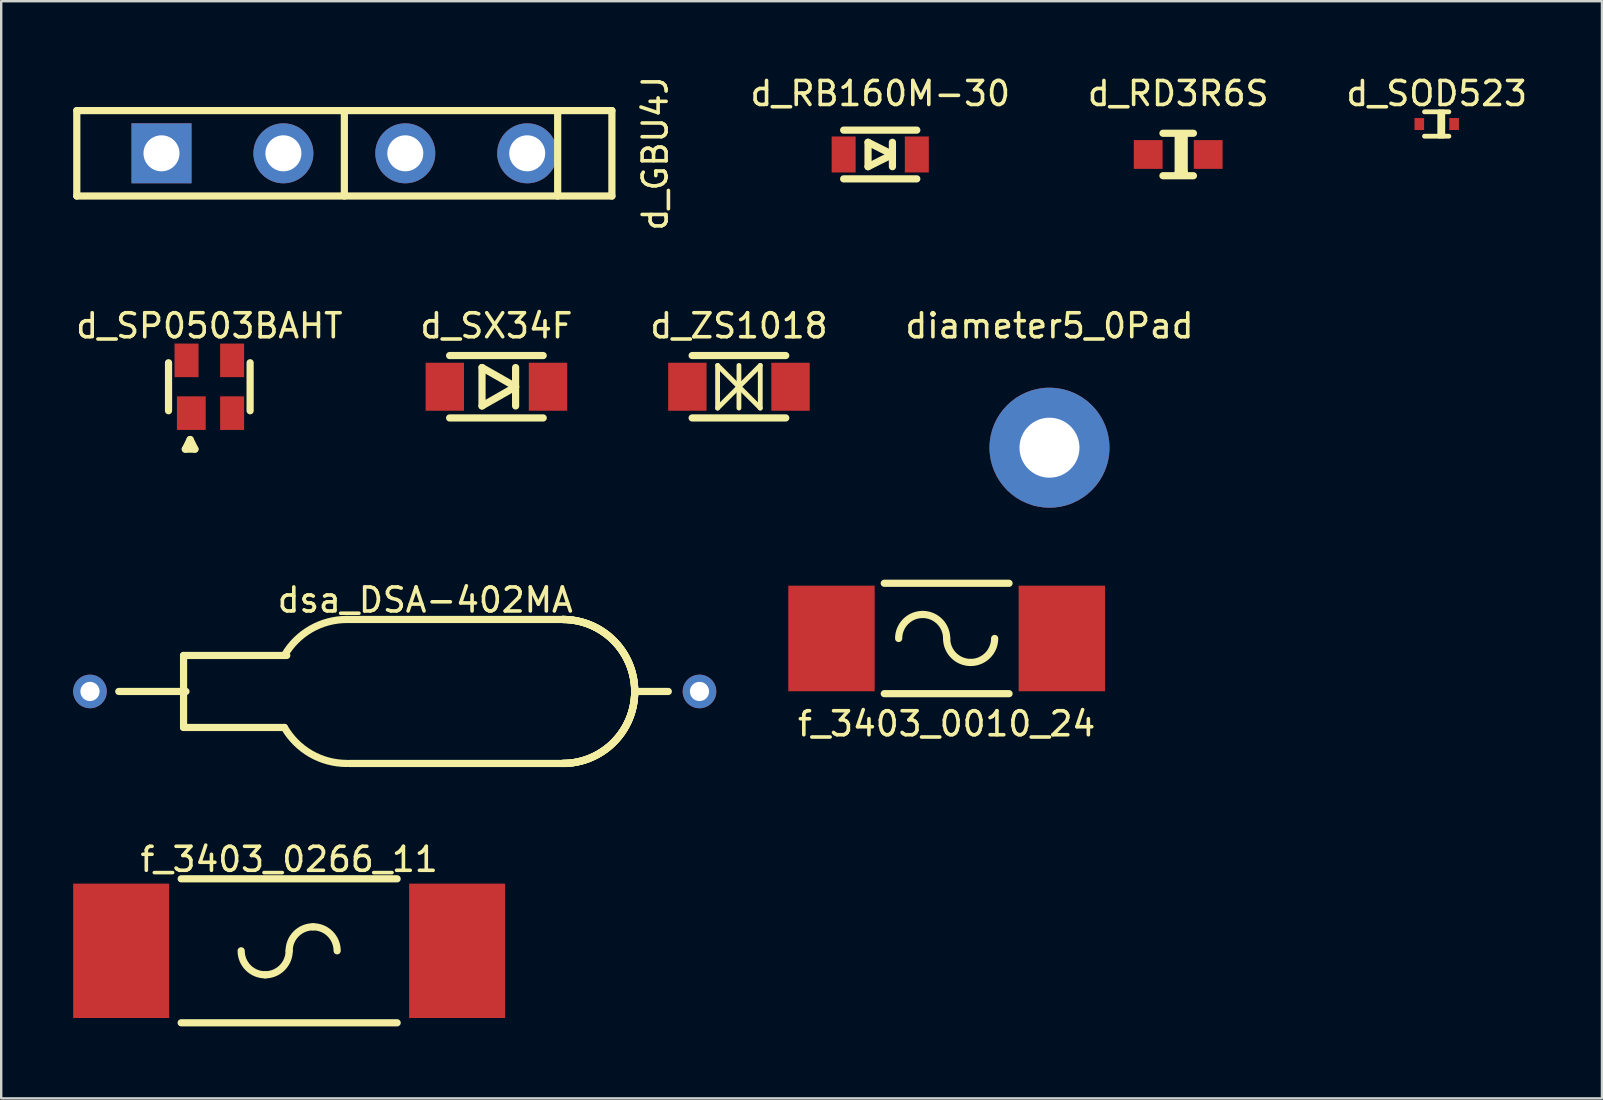
<source format=kicad_pcb>
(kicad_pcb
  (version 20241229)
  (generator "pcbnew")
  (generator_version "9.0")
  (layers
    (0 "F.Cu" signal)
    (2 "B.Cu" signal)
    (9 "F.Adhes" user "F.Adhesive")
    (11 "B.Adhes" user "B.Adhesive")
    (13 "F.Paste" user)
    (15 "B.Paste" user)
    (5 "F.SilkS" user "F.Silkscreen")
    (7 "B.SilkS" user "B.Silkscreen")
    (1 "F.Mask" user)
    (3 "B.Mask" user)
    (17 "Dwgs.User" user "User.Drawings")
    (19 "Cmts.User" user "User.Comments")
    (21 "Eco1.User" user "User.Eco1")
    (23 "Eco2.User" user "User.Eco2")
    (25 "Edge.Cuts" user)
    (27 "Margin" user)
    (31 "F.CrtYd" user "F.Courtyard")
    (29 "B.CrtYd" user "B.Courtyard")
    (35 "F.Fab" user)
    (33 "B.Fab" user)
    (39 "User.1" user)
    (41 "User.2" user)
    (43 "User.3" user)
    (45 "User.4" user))
  (footprint "diameter5_0Pad"
    (layer "F.Cu")
    (at 40.685 15.607)
    (property "Reference" "diameter5_0Pad" (at 0 -5.08 0) (layer "F.SilkS") (effects (font (size 1 1) (thickness 0.15))))
    (attr through_hole)
    (pad "1" thru_hole circle (at 0 0) (size 5 5) (drill 2.5) (layers "*.Cu" "*.Mask")))
  (footprint "d_GBU4J"
    (layer "F.Cu")
    (at 11.3 3.339)
    (property "Reference" "d_GBU4J" (at 12.954 0 90) (layer "F.SilkS") (effects (font (size 1 1) (thickness 0.15))))
    (attr through_hole)
    (fp_line (start -11.15 -1.78) (end -11.15 1.78) (stroke (width 0.3) (type solid)) (layer "F.SilkS"))
    (fp_line (start -11.15 1.78) (end 11.15 1.78) (stroke (width 0.3) (type solid)) (layer "F.SilkS"))
    (fp_line (start 0 -1.78) (end 0 1.78) (stroke (width 0.3) (type solid)) (layer "F.SilkS"))
    (fp_line (start 8.89 -1.78) (end 8.89 1.78) (stroke (width 0.3) (type solid)) (layer "F.SilkS"))
    (fp_line (start 11.15 -1.78) (end -11.15 -1.78) (stroke (width 0.3) (type solid)) (layer "F.SilkS"))
    (fp_line (start 11.15 1.78) (end 11.15 -1.78) (stroke (width 0.3) (type solid)) (layer "F.SilkS"))
    (pad "1" thru_hole rect (at -7.62 0) (size 2.5 2.5) (drill 1.5) (layers "*.Cu" "*.Mask"))
    (pad "2" thru_hole circle (at -2.54 0) (size 2.5 2.5) (drill 1.5) (layers "*.Cu" "*.Mask"))
    (pad "3" thru_hole circle (at 2.54 0) (size 2.5 2.5) (drill 1.5) (layers "*.Cu" "*.Mask"))
    (pad "4" thru_hole circle (at 7.62 0) (size 2.5 2.5) (drill 1.5) (layers "*.Cu" "*.Mask")))
  (footprint "d_SP0503BAHT"
    (layer "F.Cu")
    (at 5.673 13.067)
    (property "Reference" "d_SP0503BAHT" (at 0 -2.54 0) (layer "F.SilkS") (effects (font (size 1 1) (thickness 0.15))))
    (attr through_hole)
    (fp_line (start -1.7 -1) (end -1.7 1) (stroke (width 0.3) (type solid)) (layer "F.SilkS"))
    (fp_line (start -1 2.6) (end -0.6 2.6) (stroke (width 0.3) (type solid)) (layer "F.SilkS"))
    (fp_line (start -0.8 2.2) (end -1 2.6) (stroke (width 0.3) (type solid)) (layer "F.SilkS"))
    (fp_line (start -0.6 2.6) (end -0.8 2.2) (stroke (width 0.3) (type solid)) (layer "F.SilkS"))
    (fp_line (start 1.7 1) (end 1.7 -1) (stroke (width 0.3) (type solid)) (layer "F.SilkS"))
    (pad "1" smd rect (at -0.75 1.1) (size 1.2 1.4) (layers "F.Cu" "F.Mask" "F.Paste"))
    (pad "2" smd rect (at 0.95 1.1) (size 1 1.4) (layers "F.Cu" "F.Mask" "F.Paste"))
    (pad "3" smd rect (at 0.95 -1.1) (size 1 1.4) (layers "F.Cu" "F.Mask" "F.Paste"))
    (pad "4" smd rect (at -0.95 -1.1) (size 1 1.4) (layers "F.Cu" "F.Mask" "F.Paste")))
  (footprint "d_SX34F"
    (layer "F.Cu")
    (at 17.637 13.067)
    (property "Reference" "d_SX34F" (at 0 -2.54 0) (layer "F.SilkS") (effects (font (size 1 1) (thickness 0.15))))
    (attr smd)
    (fp_line (start -1.95 -1.3) (end 1.95 -1.3) (stroke (width 0.3) (type solid)) (layer "F.SilkS"))
    (fp_line (start -1.95 1.3) (end 1.95 1.3) (stroke (width 0.3) (type solid)) (layer "F.SilkS"))
    (fp_line (start -0.6 -0.8) (end -0.6 0.8) (stroke (width 0.3) (type solid)) (layer "F.SilkS"))
    (fp_line (start -0.6 0.8) (end 0.8 0) (stroke (width 0.3) (type solid)) (layer "F.SilkS"))
    (fp_line (start 0.8 0) (end -0.6 -0.8) (stroke (width 0.3) (type solid)) (layer "F.SilkS"))
    (fp_line (start 0.8 0.8) (end 0.8 -0.8) (stroke (width 0.3) (type solid)) (layer "F.SilkS"))
    (pad "1" smd rect (at -2.15 0) (size 1.6 2) (layers "F.Cu" "F.Mask" "F.Paste"))
    (pad "2" smd rect (at 2.15 0) (size 1.6 2) (layers "F.Cu" "F.Mask" "F.Paste")))
  (footprint "d_RB160M-30"
    (layer "F.Cu")
    (at 33.632 3.388)
    (property "Reference" "d_RB160M-30" (at 0 -2.54 0) (layer "F.SilkS") (effects (font (size 1 1) (thickness 0.15))))
    (attr through_hole)
    (fp_line (start -1.524 -1.016) (end 1.524 -1.016) (stroke (width 0.3) (type solid)) (layer "F.SilkS"))
    (fp_line (start -1.524 1.016) (end 1.524 1.016) (stroke (width 0.3) (type solid)) (layer "F.SilkS"))
    (fp_line (start -0.508 -0.508) (end -0.508 0.508) (stroke (width 0.3) (type solid)) (layer "F.SilkS"))
    (fp_line (start -0.508 0.508) (end 0.508 0) (stroke (width 0.3) (type solid)) (layer "F.SilkS"))
    (fp_line (start 0.508 0) (end -0.508 -0.508) (stroke (width 0.3) (type solid)) (layer "F.SilkS"))
    (fp_line (start 0.508 0.508) (end 0.508 -0.508) (stroke (width 0.3) (type solid)) (layer "F.SilkS"))
    (pad "1" smd rect (at -1.525 0) (size 1 1.5) (layers "F.Cu" "F.Mask" "F.Paste"))
    (pad "2" smd rect (at 1.525 0) (size 1 1.5) (layers "F.Cu" "F.Mask" "F.Paste")))
  (footprint "f_3403_0010_24"
    (layer "F.Cu")
    (at 36.4 23.557)
    (property "Reference" "f_3403_0010_24" (at 0 3.556 0) (layer "F.SilkS") (effects (font (size 1 1) (thickness 0.15))))
    (attr smd)
    (fp_line (start -2.6 -2.3) (end 2.6 -2.3) (stroke (width 0.3) (type solid)) (layer "F.SilkS"))
    (fp_line (start -2.6 2.3) (end 2.6 2.3) (stroke (width 0.3) (type solid)) (layer "F.SilkS"))
    (fp_arc (start -2 0) (mid -1.707107 -0.707107) (end -1 -1) (stroke (width 0.3) (type solid)) (layer "F.SilkS"))
    (fp_arc (start -1 -1) (mid -0.292893 -0.707107) (end 0 0) (stroke (width 0.3) (type solid)) (layer "F.SilkS"))
    (fp_arc (start 1 1) (mid 0.292893 0.707107) (end 0 0) (stroke (width 0.3) (type solid)) (layer "F.SilkS"))
    (fp_arc (start 2 0) (mid 1.707107 0.707107) (end 1 1) (stroke (width 0.3) (type solid)) (layer "F.SilkS"))
    (pad "1" smd rect (at -4.8 0) (size 3.6 4.4) (layers "F.Cu" "F.Mask" "F.Paste"))
    (pad "2" smd rect (at 4.8 0) (size 3.6 4.4) (layers "F.Cu" "F.Mask" "F.Paste")))
  (footprint "dsa_DSA-402MA"
    (layer "F.Cu")
    (at 13.4 25.765)
    (property "Reference" "dsa_DSA-402MA" (at 1.27 -3.81 0) (layer "F.SilkS") (effects (font (size 1 1) (thickness 0.15))))
    (attr through_hole)
    (fp_line (start -8.8 -1.5) (end -8.8 1.5) (stroke (width 0.3) (type solid)) (layer "F.SilkS"))
    (fp_line (start -8.8 1.5) (end -4.6 1.5) (stroke (width 0.3) (type solid)) (layer "F.SilkS"))
    (fp_line (start -8.7 0) (end -11.5 0) (stroke (width 0.3) (type solid)) (layer "F.SilkS"))
    (fp_line (start -4.5 -1.5) (end -8.8 -1.5) (stroke (width 0.3) (type solid)) (layer "F.SilkS"))
    (fp_line (start -2 -3) (end 7.1 -3) (stroke (width 0.3) (type solid)) (layer "F.SilkS"))
    (fp_line (start -1.9 3) (end 7.2 3) (stroke (width 0.3) (type solid)) (layer "F.SilkS"))
    (fp_line (start 11.4 0) (end 10 0) (stroke (width 0.3) (type solid)) (layer "F.SilkS"))
    (fp_arc (start -4.598076 -1.5) (mid -3.5 -2.598076) (end -2 -3) (stroke (width 0.3) (type solid)) (layer "F.SilkS"))
    (fp_arc (start -2 3) (mid -3.5 2.598076) (end -4.598076 1.5) (stroke (width 0.3) (type solid)) (layer "F.SilkS"))
    (fp_arc (start 7 -3) (mid 10 0) (end 7 3) (stroke (width 0.3) (type solid)) (layer "F.SilkS"))
    (fp_arc (start 7 -3) (mid 10 0) (end 7 3) (stroke (width 0.3) (type solid)) (layer "F.SilkS"))
    (fp_arc (start 7 -3) (mid 10 0) (end 7 3) (stroke (width 0.3) (type solid)) (layer "F.SilkS"))
    (fp_arc (start 7 -3) (mid 10 0) (end 7 3) (stroke (width 0.3) (type solid)) (layer "F.SilkS"))
    (pad "1" thru_hole circle (at -12.7 0) (size 1.4 1.4) (drill 0.8) (layers "*.Cu" "*.Mask"))
    (pad "2" thru_hole circle (at 12.7 0) (size 1.4 1.4) (drill 0.8) (layers "*.Cu" "*.Mask")))
  (footprint "d_SOD523"
    (layer "F.Cu")
    (at 56.822 2.118)
    (property "Reference" "d_SOD523" (at 0 -1.27 0) (layer "F.SilkS") (effects (font (size 1 1) (thickness 0.15))))
    (attr smd)
    (fp_line (start -0.508 -0.508) (end 0.508 -0.508) (stroke (width 0.2) (type solid)) (layer "F.SilkS"))
    (fp_line (start -0.508 0.508) (end 0.508 0.508) (stroke (width 0.2) (type solid)) (layer "F.SilkS"))
    (fp_line (start 0.127 -0.508) (end 0.127 0.508) (stroke (width 0.2) (type solid)) (layer "F.SilkS"))
    (fp_line (start 0.254 -0.508) (end 0.254 0.508) (stroke (width 0.2) (type solid)) (layer "F.SilkS"))
    (pad "1" smd rect (at -0.725 0) (size 0.4 0.5) (layers "F.Cu" "F.Mask" "F.Paste"))
    (pad "2" smd rect (at 0.725 0) (size 0.4 0.5) (layers "F.Cu" "F.Mask" "F.Paste")))
  (footprint "d_RD3R6S"
    (layer "F.Cu")
    (at 46.049 3.388)
    (property "Reference" "d_RD3R6S" (at 0 -2.54 0) (layer "F.SilkS") (effects (font (size 1 1) (thickness 0.15))))
    (attr through_hole)
    (fp_line (start -0.635 -0.885) (end 0.635 -0.885) (stroke (width 0.3) (type solid)) (layer "F.SilkS"))
    (fp_line (start -0.635 0.885) (end 0.635 0.885) (stroke (width 0.3) (type solid)) (layer "F.SilkS"))
    (fp_line (start 0 -0.75) (end 0 0.75) (stroke (width 0.3) (type solid)) (layer "F.SilkS"))
    (fp_line (start 0 0.75) (end 0.25 0.75) (stroke (width 0.3) (type solid)) (layer "F.SilkS"))
    (fp_line (start 0.25 0.75) (end 0.25 -0.75) (stroke (width 0.3) (type solid)) (layer "F.SilkS"))
    (pad "1" smd rect (at -1.25 0) (size 1.2 1.2) (layers "F.Cu" "F.Mask" "F.Paste"))
    (pad "2" smd rect (at 1.25 0) (size 1.2 1.2) (layers "F.Cu" "F.Mask" "F.Paste")))
  (footprint "d_ZS1018"
    (layer "F.Cu")
    (at 27.744 13.067)
    (property "Reference" "d_ZS1018" (at 0 -2.54 0) (layer "F.SilkS") (effects (font (size 1 1) (thickness 0.15))))
    (attr smd)
    (fp_line (start -1.95 -1.3) (end 1.95 -1.3) (stroke (width 0.3) (type solid)) (layer "F.SilkS"))
    (fp_line (start -1.95 1.3) (end 1.95 1.3) (stroke (width 0.3) (type solid)) (layer "F.SilkS"))
    (fp_line (start -0.889 -0.889) (end -0.889 0.889) (stroke (width 0.2) (type solid)) (layer "F.SilkS"))
    (fp_line (start -0.889 0.889) (end 0 0) (stroke (width 0.2) (type solid)) (layer "F.SilkS"))
    (fp_line (start 0 -0.889) (end 0 0.889) (stroke (width 0.2) (type solid)) (layer "F.SilkS"))
    (fp_line (start 0 0) (end -0.889 -0.889) (stroke (width 0.2) (type solid)) (layer "F.SilkS"))
    (fp_line (start 0 0) (end 0.889 0.889) (stroke (width 0.2) (type solid)) (layer "F.SilkS"))
    (fp_line (start 0.889 -0.889) (end 0 0) (stroke (width 0.2) (type solid)) (layer "F.SilkS"))
    (fp_line (start 0.889 0.889) (end 0.889 -0.889) (stroke (width 0.2) (type solid)) (layer "F.SilkS"))
    (pad "1" smd rect (at -2.15 0) (size 1.6 2) (layers "F.Cu" "F.Mask" "F.Paste"))
    (pad "2" smd rect (at 2.15 0) (size 1.6 2) (layers "F.Cu" "F.Mask" "F.Paste")))
  (footprint "f_3403_0266_11"
    (layer "F.Cu")
    (at 9 36.573)
    (property "Reference" "f_3403_0266_11" (at 0 -3.81 0) (layer "F.SilkS") (effects (font (size 1 1) (thickness 0.15))))
    (attr through_hole)
    (fp_line (start -4.5 -3) (end 4.5 -3) (stroke (width 0.3) (type solid)) (layer "F.SilkS"))
    (fp_line (start -4.5 3) (end 4.5 3) (stroke (width 0.3) (type solid)) (layer "F.SilkS"))
    (fp_arc (start -1 1) (mid -1.707107 0.707107) (end -2 0) (stroke (width 0.3) (type solid)) (layer "F.SilkS"))
    (fp_arc (start 0 0) (mid -0.292893 0.707107) (end -1 1) (stroke (width 0.3) (type solid)) (layer "F.SilkS"))
    (fp_arc (start 0 0) (mid 0.292893 -0.707107) (end 1 -1) (stroke (width 0.3) (type solid)) (layer "F.SilkS"))
    (fp_arc (start 1 -1) (mid 1.707107 -0.707107) (end 2 0) (stroke (width 0.3) (type solid)) (layer "F.SilkS"))
    (pad "1" smd rect (at -7 0) (size 4 5.6) (layers "F.Cu" "F.Mask" "F.Paste"))
    (pad "2" smd rect (at 7 0) (size 4 5.6) (layers "F.Cu" "F.Mask" "F.Paste")))
  (gr_rect
    (start -3 -3)
    (end 63.709 42.723)
    (stroke (width 0.1) (type default))
    (fill no)
    (layer "Edge.Cuts")))
</source>
